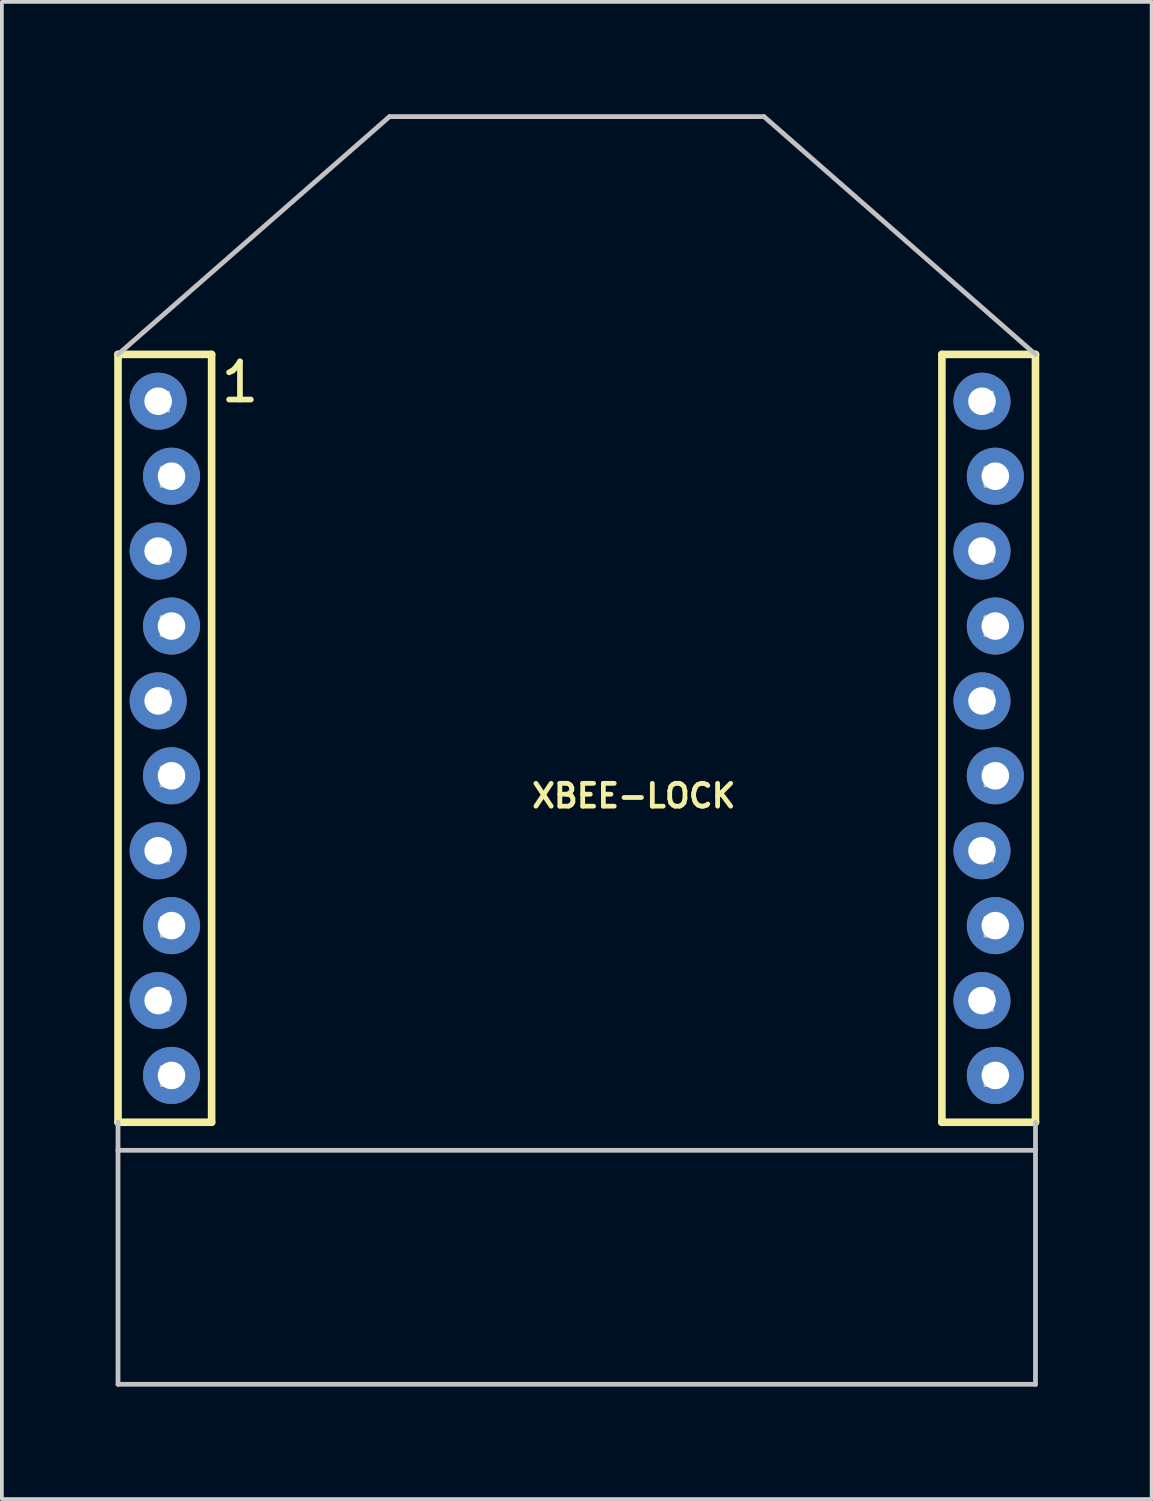
<source format=kicad_pcb>
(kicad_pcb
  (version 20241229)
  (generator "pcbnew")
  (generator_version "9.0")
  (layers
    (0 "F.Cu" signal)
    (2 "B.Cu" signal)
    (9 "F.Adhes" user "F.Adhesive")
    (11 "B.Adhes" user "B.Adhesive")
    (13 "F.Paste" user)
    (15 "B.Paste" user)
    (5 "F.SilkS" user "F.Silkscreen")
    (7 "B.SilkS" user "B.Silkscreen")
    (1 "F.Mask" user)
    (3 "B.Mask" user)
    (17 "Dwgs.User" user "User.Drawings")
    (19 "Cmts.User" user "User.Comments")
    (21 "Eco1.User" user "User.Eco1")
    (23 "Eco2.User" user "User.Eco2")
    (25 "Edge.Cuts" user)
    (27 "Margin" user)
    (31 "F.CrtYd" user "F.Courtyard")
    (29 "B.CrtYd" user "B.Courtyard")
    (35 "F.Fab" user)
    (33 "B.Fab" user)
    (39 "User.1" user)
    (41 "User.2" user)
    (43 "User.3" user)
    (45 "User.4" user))
  (footprint "XBEE-LOCK"
    (layer "F.Cu")
    (at 12.349 27.663)
    (property "Reference" "XBEE-LOCK" (at 1.524 -9.464 0) (layer "F.SilkS") (effects (font (size 0.61 0.61) (thickness 0.127))))
    (attr exclude_from_pos_files exclude_from_bom)
    (fp_line (start -12.248 -21.25) (end -12.248 -0.749) (stroke (width 0.203) (type solid)) (layer "F.SilkS"))
    (fp_line (start -12.248 -0.749) (end -9.749 -0.749) (stroke (width 0.203) (type solid)) (layer "F.SilkS"))
    (fp_line (start -9.749 -21.25) (end -12.248 -21.25) (stroke (width 0.203) (type solid)) (layer "F.SilkS"))
    (fp_line (start -9.749 -21.25) (end -9.749 -0.749) (stroke (width 0.203) (type solid)) (layer "F.SilkS"))
    (fp_line (start 9.749 -21.25) (end 9.749 -0.749) (stroke (width 0.203) (type solid)) (layer "F.SilkS"))
    (fp_line (start 9.749 -21.25) (end 12.248 -21.25) (stroke (width 0.203) (type solid)) (layer "F.SilkS"))
    (fp_line (start 12.248 -21.25) (end 12.248 -0.749) (stroke (width 0.203) (type solid)) (layer "F.SilkS"))
    (fp_line (start 12.248 -0.749) (end 9.749 -0.749) (stroke (width 0.203) (type solid)) (layer "F.SilkS"))
    (fp_line (start -12.248 -21.25) (end -4.999 -27.6) (stroke (width 0.127) (type solid)) (layer "Dwgs.User"))
    (fp_line (start -12.248 -0.749) (end -12.248 0) (stroke (width 0.127) (type solid)) (layer "Dwgs.User"))
    (fp_line (start -12.248 0) (end -12.248 6.248) (stroke (width 0.127) (type solid)) (layer "Dwgs.User"))
    (fp_line (start -12.248 0) (end 12.248 0) (stroke (width 0.127) (type solid)) (layer "Dwgs.User"))
    (fp_line (start -12.248 6.248) (end 12.248 6.248) (stroke (width 0.127) (type solid)) (layer "Dwgs.User"))
    (fp_line (start -11.1 -20.244) (end -10.897 -20.244) (stroke (width 0.066) (type solid)) (layer "Dwgs.User"))
    (fp_line (start -11.1 -19.736) (end -11.1 -20.244) (stroke (width 0.066) (type solid)) (layer "Dwgs.User"))
    (fp_line (start -11.1 -19.736) (end -10.897 -19.736) (stroke (width 0.066) (type solid)) (layer "Dwgs.User"))
    (fp_line (start -11.1 -18.237) (end -10.897 -18.237) (stroke (width 0.066) (type solid)) (layer "Dwgs.User"))
    (fp_line (start -11.1 -17.727) (end -11.1 -18.237) (stroke (width 0.066) (type solid)) (layer "Dwgs.User"))
    (fp_line (start -11.1 -17.727) (end -10.897 -17.727) (stroke (width 0.066) (type solid)) (layer "Dwgs.User"))
    (fp_line (start -11.1 -16.231) (end -10.897 -16.231) (stroke (width 0.066) (type solid)) (layer "Dwgs.User"))
    (fp_line (start -11.1 -15.723) (end -11.1 -16.231) (stroke (width 0.066) (type solid)) (layer "Dwgs.User"))
    (fp_line (start -11.1 -15.723) (end -10.897 -15.723) (stroke (width 0.066) (type solid)) (layer "Dwgs.User"))
    (fp_line (start -11.1 -14.249) (end -10.897 -14.249) (stroke (width 0.066) (type solid)) (layer "Dwgs.User"))
    (fp_line (start -11.1 -13.741) (end -11.1 -14.249) (stroke (width 0.066) (type solid)) (layer "Dwgs.User"))
    (fp_line (start -11.1 -13.741) (end -10.897 -13.741) (stroke (width 0.066) (type solid)) (layer "Dwgs.User"))
    (fp_line (start -11.1 -12.268) (end -10.897 -12.268) (stroke (width 0.066) (type solid)) (layer "Dwgs.User"))
    (fp_line (start -11.1 -11.76) (end -11.1 -12.268) (stroke (width 0.066) (type solid)) (layer "Dwgs.User"))
    (fp_line (start -11.1 -11.76) (end -10.897 -11.76) (stroke (width 0.066) (type solid)) (layer "Dwgs.User"))
    (fp_line (start -11.1 -10.236) (end -10.897 -10.236) (stroke (width 0.066) (type solid)) (layer "Dwgs.User"))
    (fp_line (start -11.1 -9.728) (end -11.1 -10.236) (stroke (width 0.066) (type solid)) (layer "Dwgs.User"))
    (fp_line (start -11.1 -9.728) (end -10.897 -9.728) (stroke (width 0.066) (type solid)) (layer "Dwgs.User"))
    (fp_line (start -11.1 -8.23) (end -10.897 -8.23) (stroke (width 0.066) (type solid)) (layer "Dwgs.User"))
    (fp_line (start -11.1 -7.722) (end -11.1 -8.23) (stroke (width 0.066) (type solid)) (layer "Dwgs.User"))
    (fp_line (start -11.1 -7.722) (end -10.897 -7.722) (stroke (width 0.066) (type solid)) (layer "Dwgs.User"))
    (fp_line (start -11.1 -6.223) (end -10.897 -6.223) (stroke (width 0.066) (type solid)) (layer "Dwgs.User"))
    (fp_line (start -11.1 -5.715) (end -11.1 -6.223) (stroke (width 0.066) (type solid)) (layer "Dwgs.User"))
    (fp_line (start -11.1 -5.715) (end -10.897 -5.715) (stroke (width 0.066) (type solid)) (layer "Dwgs.User"))
    (fp_line (start -11.1 -4.242) (end -10.897 -4.242) (stroke (width 0.066) (type solid)) (layer "Dwgs.User"))
    (fp_line (start -11.1 -3.734) (end -11.1 -4.242) (stroke (width 0.066) (type solid)) (layer "Dwgs.User"))
    (fp_line (start -11.1 -3.734) (end -10.897 -3.734) (stroke (width 0.066) (type solid)) (layer "Dwgs.User"))
    (fp_line (start -11.1 -2.235) (end -10.897 -2.235) (stroke (width 0.066) (type solid)) (layer "Dwgs.User"))
    (fp_line (start -11.1 -1.727) (end -11.1 -2.235) (stroke (width 0.066) (type solid)) (layer "Dwgs.User"))
    (fp_line (start -11.1 -1.727) (end -10.897 -1.727) (stroke (width 0.066) (type solid)) (layer "Dwgs.User"))
    (fp_line (start -10.897 -19.736) (end -10.897 -20.244) (stroke (width 0.066) (type solid)) (layer "Dwgs.User"))
    (fp_line (start -10.897 -17.727) (end -10.897 -18.237) (stroke (width 0.066) (type solid)) (layer "Dwgs.User"))
    (fp_line (start -10.897 -15.723) (end -10.897 -16.231) (stroke (width 0.066) (type solid)) (layer "Dwgs.User"))
    (fp_line (start -10.897 -13.741) (end -10.897 -14.249) (stroke (width 0.066) (type solid)) (layer "Dwgs.User"))
    (fp_line (start -10.897 -11.76) (end -10.897 -12.268) (stroke (width 0.066) (type solid)) (layer "Dwgs.User"))
    (fp_line (start -10.897 -9.728) (end -10.897 -10.236) (stroke (width 0.066) (type solid)) (layer "Dwgs.User"))
    (fp_line (start -10.897 -7.722) (end -10.897 -8.23) (stroke (width 0.066) (type solid)) (layer "Dwgs.User"))
    (fp_line (start -10.897 -5.715) (end -10.897 -6.223) (stroke (width 0.066) (type solid)) (layer "Dwgs.User"))
    (fp_line (start -10.897 -3.734) (end -10.897 -4.242) (stroke (width 0.066) (type solid)) (layer "Dwgs.User"))
    (fp_line (start -10.897 -1.727) (end -10.897 -2.235) (stroke (width 0.066) (type solid)) (layer "Dwgs.User"))
    (fp_line (start -4.999 -27.6) (end 4.999 -27.6) (stroke (width 0.127) (type solid)) (layer "Dwgs.User"))
    (fp_line (start 10.897 -20.244) (end 11.1 -20.244) (stroke (width 0.066) (type solid)) (layer "Dwgs.User"))
    (fp_line (start 10.897 -19.736) (end 10.897 -20.244) (stroke (width 0.066) (type solid)) (layer "Dwgs.User"))
    (fp_line (start 10.897 -19.736) (end 11.1 -19.736) (stroke (width 0.066) (type solid)) (layer "Dwgs.User"))
    (fp_line (start 10.897 -18.237) (end 11.1 -18.237) (stroke (width 0.066) (type solid)) (layer "Dwgs.User"))
    (fp_line (start 10.897 -17.727) (end 10.897 -18.237) (stroke (width 0.066) (type solid)) (layer "Dwgs.User"))
    (fp_line (start 10.897 -17.727) (end 11.1 -17.727) (stroke (width 0.066) (type solid)) (layer "Dwgs.User"))
    (fp_line (start 10.897 -16.231) (end 11.1 -16.231) (stroke (width 0.066) (type solid)) (layer "Dwgs.User"))
    (fp_line (start 10.897 -15.723) (end 10.897 -16.231) (stroke (width 0.066) (type solid)) (layer "Dwgs.User"))
    (fp_line (start 10.897 -15.723) (end 11.1 -15.723) (stroke (width 0.066) (type solid)) (layer "Dwgs.User"))
    (fp_line (start 10.897 -14.249) (end 11.1 -14.249) (stroke (width 0.066) (type solid)) (layer "Dwgs.User"))
    (fp_line (start 10.897 -13.741) (end 10.897 -14.249) (stroke (width 0.066) (type solid)) (layer "Dwgs.User"))
    (fp_line (start 10.897 -13.741) (end 11.1 -13.741) (stroke (width 0.066) (type solid)) (layer "Dwgs.User"))
    (fp_line (start 10.897 -12.268) (end 11.1 -12.268) (stroke (width 0.066) (type solid)) (layer "Dwgs.User"))
    (fp_line (start 10.897 -11.76) (end 10.897 -12.268) (stroke (width 0.066) (type solid)) (layer "Dwgs.User"))
    (fp_line (start 10.897 -11.76) (end 11.1 -11.76) (stroke (width 0.066) (type solid)) (layer "Dwgs.User"))
    (fp_line (start 10.897 -10.236) (end 11.1 -10.236) (stroke (width 0.066) (type solid)) (layer "Dwgs.User"))
    (fp_line (start 10.897 -9.728) (end 10.897 -10.236) (stroke (width 0.066) (type solid)) (layer "Dwgs.User"))
    (fp_line (start 10.897 -9.728) (end 11.1 -9.728) (stroke (width 0.066) (type solid)) (layer "Dwgs.User"))
    (fp_line (start 10.897 -8.23) (end 11.1 -8.23) (stroke (width 0.066) (type solid)) (layer "Dwgs.User"))
    (fp_line (start 10.897 -7.722) (end 10.897 -8.23) (stroke (width 0.066) (type solid)) (layer "Dwgs.User"))
    (fp_line (start 10.897 -7.722) (end 11.1 -7.722) (stroke (width 0.066) (type solid)) (layer "Dwgs.User"))
    (fp_line (start 10.897 -6.223) (end 11.1 -6.223) (stroke (width 0.066) (type solid)) (layer "Dwgs.User"))
    (fp_line (start 10.897 -5.715) (end 10.897 -6.223) (stroke (width 0.066) (type solid)) (layer "Dwgs.User"))
    (fp_line (start 10.897 -5.715) (end 11.1 -5.715) (stroke (width 0.066) (type solid)) (layer "Dwgs.User"))
    (fp_line (start 10.897 -4.242) (end 11.1 -4.242) (stroke (width 0.066) (type solid)) (layer "Dwgs.User"))
    (fp_line (start 10.897 -3.734) (end 10.897 -4.242) (stroke (width 0.066) (type solid)) (layer "Dwgs.User"))
    (fp_line (start 10.897 -3.734) (end 11.1 -3.734) (stroke (width 0.066) (type solid)) (layer "Dwgs.User"))
    (fp_line (start 10.897 -2.235) (end 11.1 -2.235) (stroke (width 0.066) (type solid)) (layer "Dwgs.User"))
    (fp_line (start 10.897 -1.727) (end 10.897 -2.235) (stroke (width 0.066) (type solid)) (layer "Dwgs.User"))
    (fp_line (start 10.897 -1.727) (end 11.1 -1.727) (stroke (width 0.066) (type solid)) (layer "Dwgs.User"))
    (fp_line (start 11.1 -19.736) (end 11.1 -20.244) (stroke (width 0.066) (type solid)) (layer "Dwgs.User"))
    (fp_line (start 11.1 -17.727) (end 11.1 -18.237) (stroke (width 0.066) (type solid)) (layer "Dwgs.User"))
    (fp_line (start 11.1 -15.723) (end 11.1 -16.231) (stroke (width 0.066) (type solid)) (layer "Dwgs.User"))
    (fp_line (start 11.1 -13.741) (end 11.1 -14.249) (stroke (width 0.066) (type solid)) (layer "Dwgs.User"))
    (fp_line (start 11.1 -11.76) (end 11.1 -12.268) (stroke (width 0.066) (type solid)) (layer "Dwgs.User"))
    (fp_line (start 11.1 -9.728) (end 11.1 -10.236) (stroke (width 0.066) (type solid)) (layer "Dwgs.User"))
    (fp_line (start 11.1 -7.722) (end 11.1 -8.23) (stroke (width 0.066) (type solid)) (layer "Dwgs.User"))
    (fp_line (start 11.1 -5.715) (end 11.1 -6.223) (stroke (width 0.066) (type solid)) (layer "Dwgs.User"))
    (fp_line (start 11.1 -3.734) (end 11.1 -4.242) (stroke (width 0.066) (type solid)) (layer "Dwgs.User"))
    (fp_line (start 11.1 -1.727) (end 11.1 -2.235) (stroke (width 0.066) (type solid)) (layer "Dwgs.User"))
    (fp_line (start 12.248 -21.25) (end 4.999 -27.6) (stroke (width 0.127) (type solid)) (layer "Dwgs.User"))
    (fp_line (start 12.248 -0.749) (end 12.248 0) (stroke (width 0.127) (type solid)) (layer "Dwgs.User"))
    (fp_line (start 12.248 0) (end 12.248 6.248) (stroke (width 0.127) (type solid)) (layer "Dwgs.User"))
    (fp_text user "1" (at -8.992 -20.508 0) (layer "F.SilkS") (effects (font (size 1.016 1.016) (thickness 0.152))))
    (pad "1" thru_hole circle (at -11.176 -20) (size 1.524 1.524) (drill 0.737) (layers "*.Cu" "*.Paste" "*.Mask"))
    (pad "2" thru_hole circle (at -10.82 -17.998) (size 1.524 1.524) (drill 0.737) (layers "*.Cu" "*.Paste" "*.Mask"))
    (pad "3" thru_hole circle (at -11.176 -15.999) (size 1.524 1.524) (drill 0.737) (layers "*.Cu" "*.Paste" "*.Mask"))
    (pad "4" thru_hole circle (at -10.82 -13.998) (size 1.524 1.524) (drill 0.737) (layers "*.Cu" "*.Paste" "*.Mask"))
    (pad "5" thru_hole circle (at -11.176 -11.999) (size 1.524 1.524) (drill 0.737) (layers "*.Cu" "*.Paste" "*.Mask"))
    (pad "6" thru_hole circle (at -10.82 -10) (size 1.524 1.524) (drill 0.737) (layers "*.Cu" "*.Paste" "*.Mask"))
    (pad "7" thru_hole circle (at -11.176 -7.998) (size 1.524 1.524) (drill 0.737) (layers "*.Cu" "*.Paste" "*.Mask"))
    (pad "8" thru_hole circle (at -10.82 -5.999) (size 1.524 1.524) (drill 0.737) (layers "*.Cu" "*.Paste" "*.Mask"))
    (pad "9" thru_hole circle (at -11.176 -3.998) (size 1.524 1.524) (drill 0.737) (layers "*.Cu" "*.Paste" "*.Mask"))
    (pad "10" thru_hole circle (at -10.82 -1.999) (size 1.524 1.524) (drill 0.737) (layers "*.Cu" "*.Paste" "*.Mask"))
    (pad "11" thru_hole circle (at 11.176 -1.999) (size 1.524 1.524) (drill 0.737) (layers "*.Cu" "*.Paste" "*.Mask"))
    (pad "12" thru_hole circle (at 10.82 -3.998) (size 1.524 1.524) (drill 0.737) (layers "*.Cu" "*.Paste" "*.Mask"))
    (pad "13" thru_hole circle (at 11.176 -5.999) (size 1.524 1.524) (drill 0.737) (layers "*.Cu" "*.Paste" "*.Mask"))
    (pad "14" thru_hole circle (at 10.82 -7.998) (size 1.524 1.524) (drill 0.737) (layers "*.Cu" "*.Paste" "*.Mask"))
    (pad "15" thru_hole circle (at 11.176 -10) (size 1.524 1.524) (drill 0.737) (layers "*.Cu" "*.Paste" "*.Mask"))
    (pad "16" thru_hole circle (at 10.82 -11.999) (size 1.524 1.524) (drill 0.737) (layers "*.Cu" "*.Paste" "*.Mask"))
    (pad "17" thru_hole circle (at 11.176 -13.998) (size 1.524 1.524) (drill 0.737) (layers "*.Cu" "*.Paste" "*.Mask"))
    (pad "18" thru_hole circle (at 10.82 -15.999) (size 1.524 1.524) (drill 0.737) (layers "*.Cu" "*.Paste" "*.Mask"))
    (pad "19" thru_hole circle (at 11.176 -17.998) (size 1.524 1.524) (drill 0.737) (layers "*.Cu" "*.Paste" "*.Mask"))
    (pad "20" thru_hole circle (at 10.82 -20) (size 1.524 1.524) (drill 0.737) (layers "*.Cu" "*.Paste" "*.Mask")))
  (gr_rect
    (start -3 -3)
    (end 27.699 36.975)
    (stroke (width 0.1) (type default))
    (fill no)
    (layer "Edge.Cuts")))
</source>
